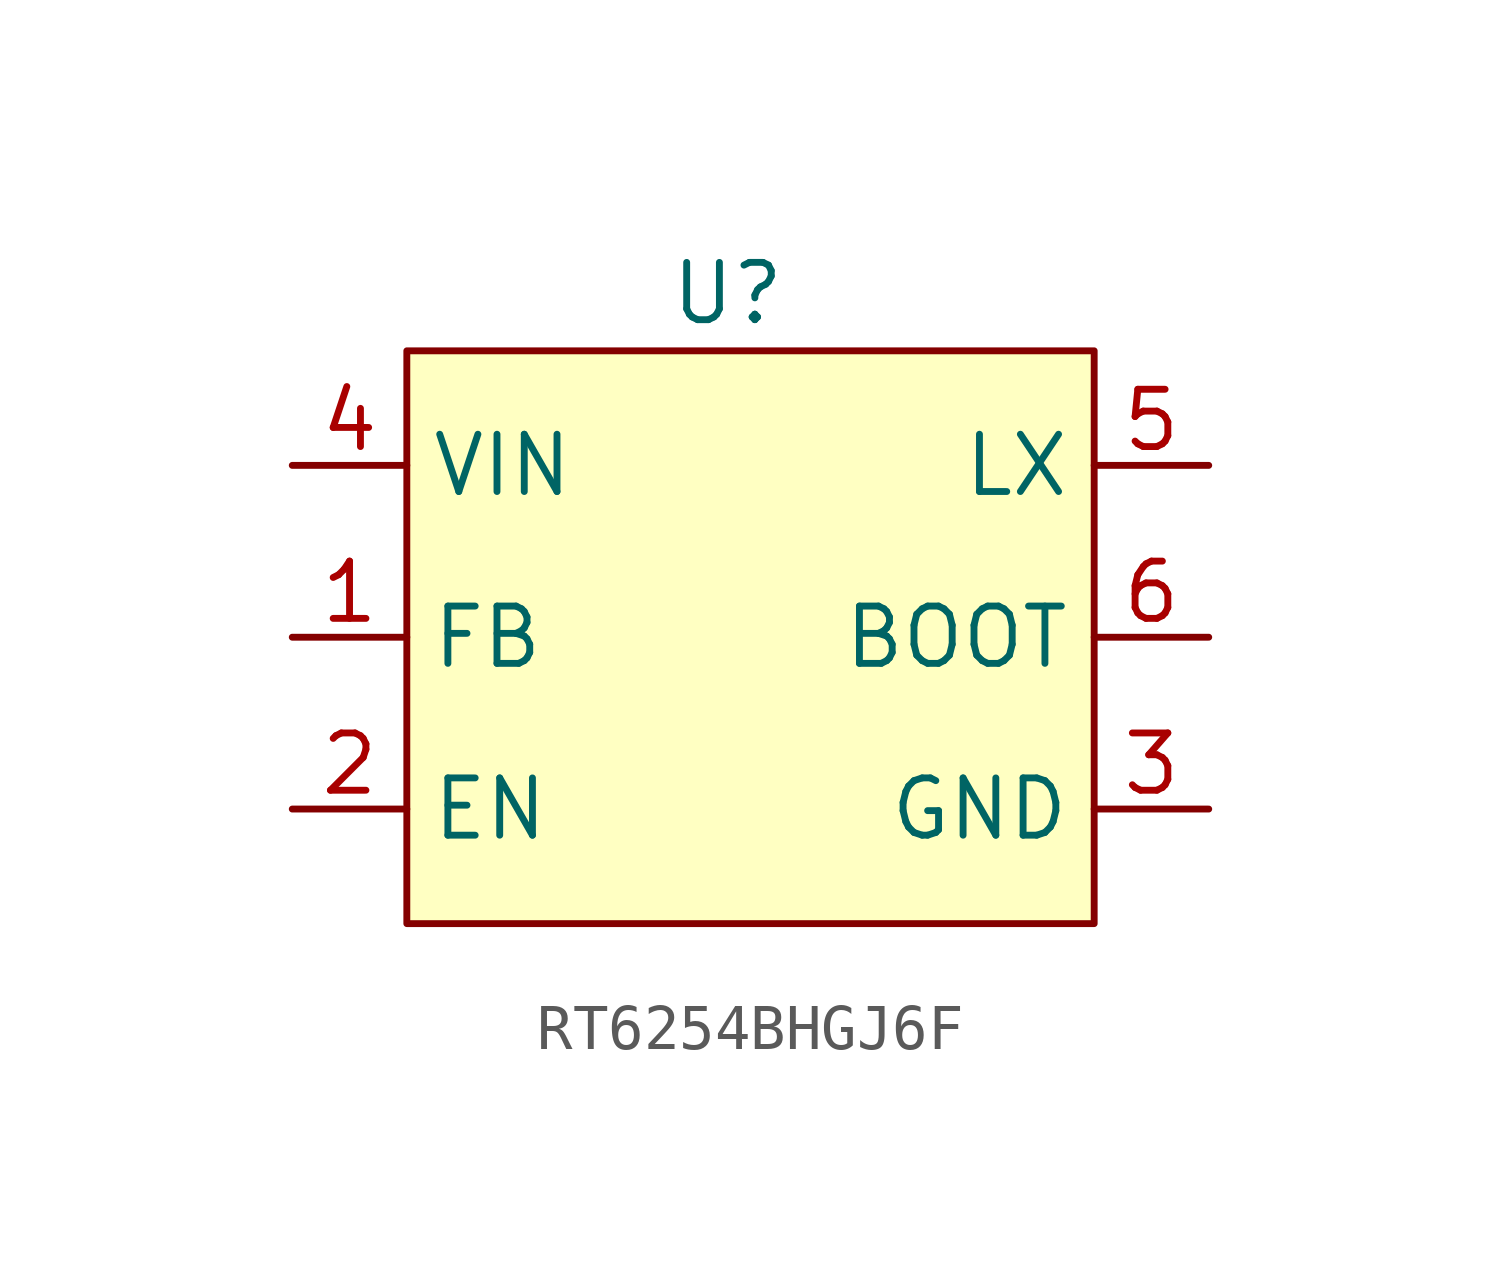
<source format=kicad_sym>
(kicad_symbol_lib
  (version 20231120)
  (generator "kicad_symbol_editor")
  (generator_version "8.0")
  (symbol "RT6254BHGJ6F"
    (property "Reference" "U"
      (at -0.508 0 0)
      (effects (font (size 1.27 1.27))))
    (property "Value" ""
      (at 0 0 0)
      (effects (font (size 1.27 1.27))))
    (symbol "RT6254BHGJ6F_1_1"
      (rectangle (start -7.62 -1.27) (end 7.62 -13.97) (stroke (width 0) (type default)) (fill (type background)))
      (pin input line (at -10.16 -7.62 0) (length 2.54) (name "FB" (effects (font (size 1.27 1.27)))) (number "1" (effects (font (size 1.27 1.27)))))
      (pin input line (at -10.16 -11.43 0) (length 2.54) (name "EN" (effects (font (size 1.27 1.27)))) (number "2" (effects (font (size 1.27 1.27)))))
      (pin power_out line (at 10.16 -11.43 180) (length 2.54) (name "GND" (effects (font (size 1.27 1.27)))) (number "3" (effects (font (size 1.27 1.27)))))
      (pin power_in line (at -10.16 -3.81 0) (length 2.54) (name "VIN" (effects (font (size 1.27 1.27)))) (number "4" (effects (font (size 1.27 1.27)))))
      (pin power_out line (at 10.16 -3.81 180) (length 2.54) (name "LX" (effects (font (size 1.27 1.27)))) (number "5" (effects (font (size 1.27 1.27)))))
      (pin power_out line (at 10.16 -7.62 180) (length 2.54) (name "BOOT" (effects (font (size 1.27 1.27)))) (number "6" (effects (font (size 1.27 1.27))))))))
</source>
